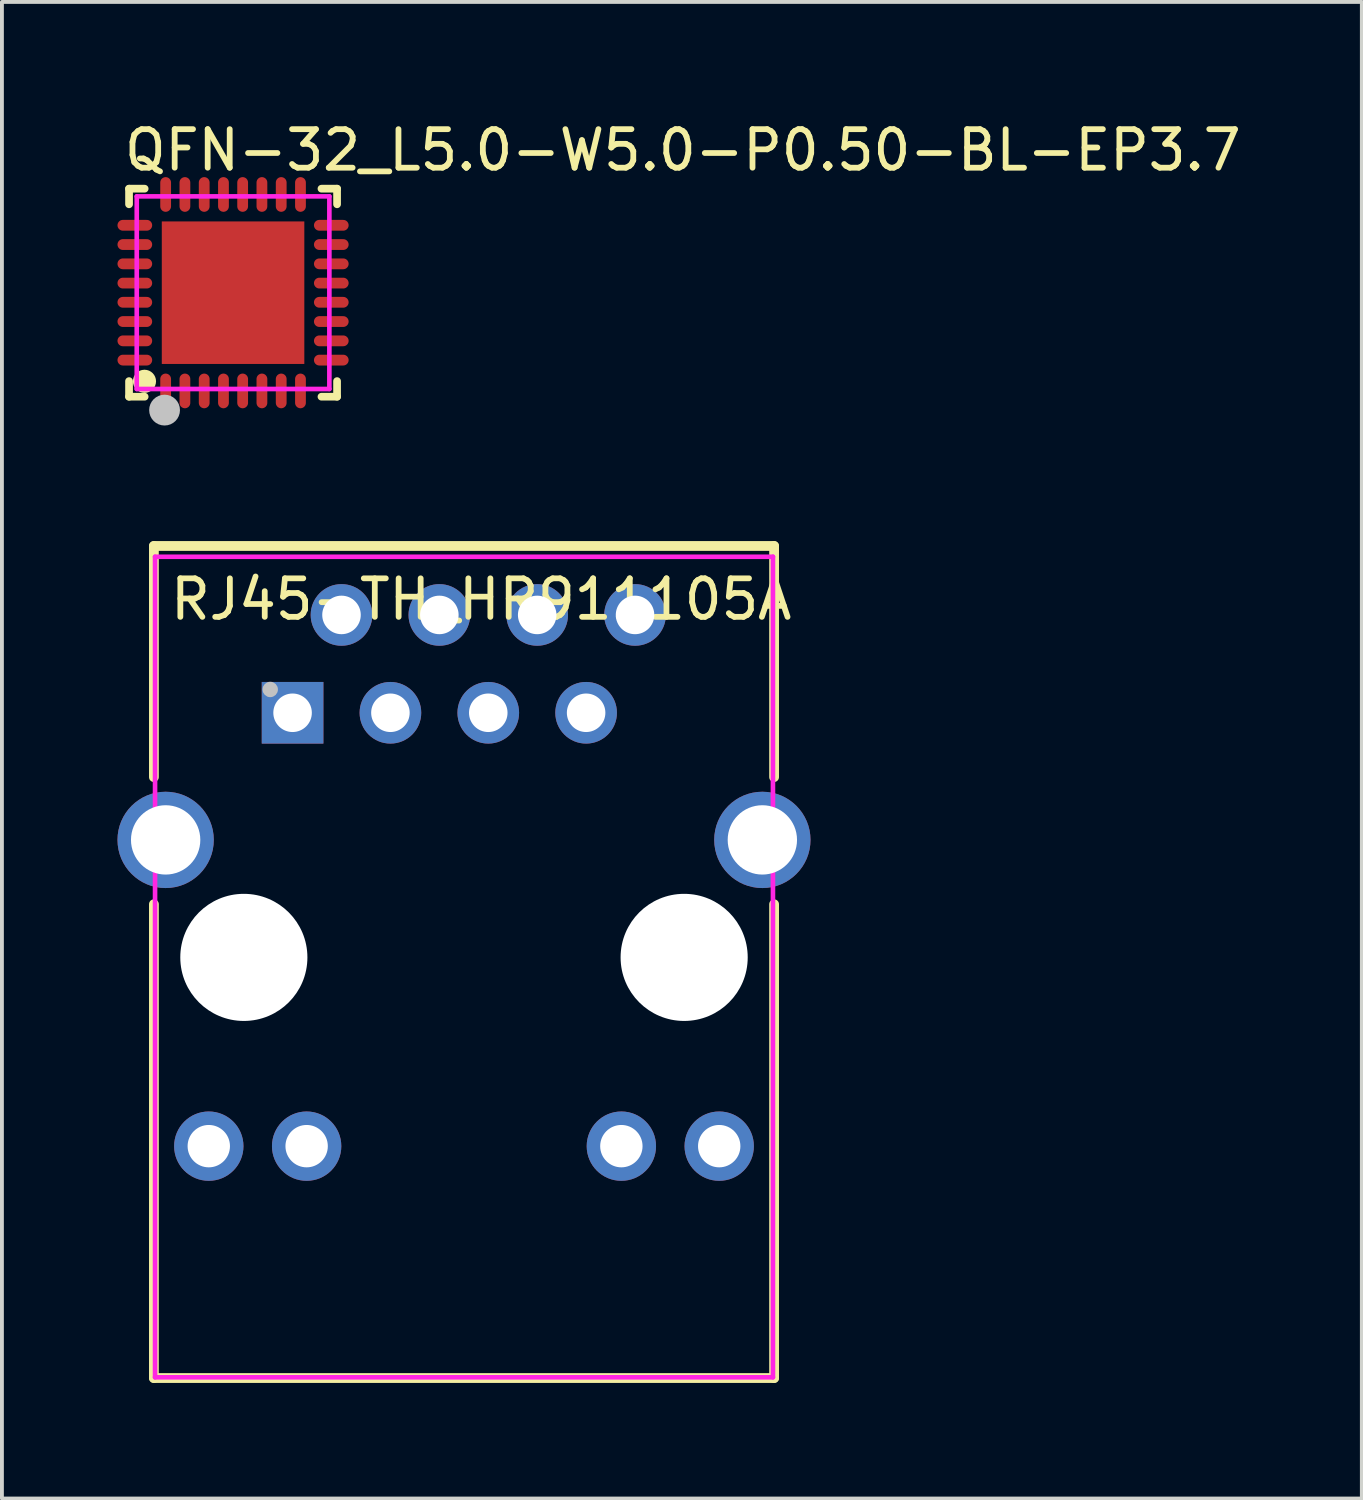
<source format=kicad_pcb>
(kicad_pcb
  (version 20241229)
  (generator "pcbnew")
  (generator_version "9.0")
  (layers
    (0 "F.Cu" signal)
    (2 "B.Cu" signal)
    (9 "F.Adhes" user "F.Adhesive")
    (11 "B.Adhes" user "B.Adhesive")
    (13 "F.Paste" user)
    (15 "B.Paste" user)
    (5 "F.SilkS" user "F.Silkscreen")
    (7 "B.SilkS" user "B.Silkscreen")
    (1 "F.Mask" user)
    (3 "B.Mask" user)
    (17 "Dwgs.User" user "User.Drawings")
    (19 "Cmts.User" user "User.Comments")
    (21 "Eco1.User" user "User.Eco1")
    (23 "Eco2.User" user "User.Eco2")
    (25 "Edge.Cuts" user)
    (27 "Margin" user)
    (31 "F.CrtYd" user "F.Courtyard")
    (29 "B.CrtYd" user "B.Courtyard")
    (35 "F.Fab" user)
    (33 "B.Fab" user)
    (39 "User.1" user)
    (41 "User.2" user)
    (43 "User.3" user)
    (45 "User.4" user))
  (footprint "QFN-32_L5.0-W5.0-P0.50-BL-EP3.7"
    (layer "F.Cu")
    (at 3 4.548)
    (property "Reference" "QFN-32_L5.0-W5.0-P0.50-BL-EP3.7" (at -2.9 -3.7 0) (layer "F.SilkS") (effects (font (size 1 1) (thickness 0.15)) (justify left)))
    (attr through_hole)
    (fp_line (start -2.7 -2.7) (end -2.295 -2.7) (stroke (width 0.2) (type solid)) (layer "F.SilkS"))
    (fp_line (start -2.7 -2.295) (end -2.7 -2.7) (stroke (width 0.2) (type solid)) (layer "F.SilkS"))
    (fp_line (start -2.7 2.7) (end -2.7 2.295) (stroke (width 0.2) (type solid)) (layer "F.SilkS"))
    (fp_line (start -2.295 2.7) (end -2.7 2.7) (stroke (width 0.2) (type solid)) (layer "F.SilkS"))
    (fp_line (start 2.295 2.7) (end 2.7 2.7) (stroke (width 0.2) (type solid)) (layer "F.SilkS"))
    (fp_line (start 2.7 -2.7) (end 2.295 -2.7) (stroke (width 0.2) (type solid)) (layer "F.SilkS"))
    (fp_line (start 2.7 -2.295) (end 2.7 -2.7) (stroke (width 0.2) (type solid)) (layer "F.SilkS"))
    (fp_line (start 2.7 2.7) (end 2.7 2.295) (stroke (width 0.2) (type solid)) (layer "F.SilkS"))
    (fp_arc (start -2.298021 2.15) (mid -2.300709 2.450011) (end -2.300561 2.149988) (stroke (width 0.3) (type solid)) (layer "F.SilkS"))
    (fp_circle (center -1.778 3.048) (end -1.578 3.048) (stroke (width 0.4) (type solid)) (fill no) (layer "Dwgs.User"))
    (fp_line (start -2.5 -2.5) (end 2.5 -2.5) (stroke (width 0.12) (type solid)) (layer "F.CrtYd"))
    (fp_line (start -2.5 2.5) (end -2.5 -2.5) (stroke (width 0.12) (type solid)) (layer "F.CrtYd"))
    (fp_line (start 2.5 -2.5) (end 2.5 2.5) (stroke (width 0.12) (type solid)) (layer "F.CrtYd"))
    (fp_line (start 2.5 2.5) (end -2.5 2.5) (stroke (width 0.12) (type solid)) (layer "F.CrtYd"))
    (pad "1" smd oval (at -1.75 2.55) (size 0.28 0.9) (layers "F.Cu" "F.Mask" "F.Paste"))
    (pad "2" smd oval (at -1.25 2.55) (size 0.28 0.9) (layers "F.Cu" "F.Mask" "F.Paste"))
    (pad "3" smd oval (at -0.749 2.55) (size 0.28 0.9) (layers "F.Cu" "F.Mask" "F.Paste"))
    (pad "4" smd oval (at -0.249 2.55) (size 0.28 0.9) (layers "F.Cu" "F.Mask" "F.Paste"))
    (pad "5" smd oval (at 0.249 2.55) (size 0.28 0.9) (layers "F.Cu" "F.Mask" "F.Paste"))
    (pad "6" smd oval (at 0.749 2.55) (size 0.28 0.9) (layers "F.Cu" "F.Mask" "F.Paste"))
    (pad "7" smd oval (at 1.25 2.55) (size 0.28 0.9) (layers "F.Cu" "F.Mask" "F.Paste"))
    (pad "8" smd oval (at 1.75 2.55) (size 0.28 0.9) (layers "F.Cu" "F.Mask" "F.Paste"))
    (pad "9" smd oval (at 2.55 1.75) (size 0.9 0.28) (layers "F.Cu" "F.Mask" "F.Paste"))
    (pad "10" smd oval (at 2.55 1.25) (size 0.9 0.28) (layers "F.Cu" "F.Mask" "F.Paste"))
    (pad "11" smd oval (at 2.55 0.749) (size 0.9 0.28) (layers "F.Cu" "F.Mask" "F.Paste"))
    (pad "12" smd oval (at 2.55 0.249) (size 0.9 0.28) (layers "F.Cu" "F.Mask" "F.Paste"))
    (pad "13" smd oval (at 2.55 -0.249) (size 0.9 0.28) (layers "F.Cu" "F.Mask" "F.Paste"))
    (pad "14" smd oval (at 2.55 -0.749) (size 0.9 0.28) (layers "F.Cu" "F.Mask" "F.Paste"))
    (pad "15" smd oval (at 2.55 -1.25) (size 0.9 0.28) (layers "F.Cu" "F.Mask" "F.Paste"))
    (pad "16" smd oval (at 2.55 -1.75) (size 0.9 0.28) (layers "F.Cu" "F.Mask" "F.Paste"))
    (pad "17" smd oval (at 1.75 -2.55) (size 0.28 0.9) (layers "F.Cu" "F.Mask" "F.Paste"))
    (pad "18" smd oval (at 1.25 -2.55) (size 0.28 0.9) (layers "F.Cu" "F.Mask" "F.Paste"))
    (pad "19" smd oval (at 0.749 -2.55) (size 0.28 0.9) (layers "F.Cu" "F.Mask" "F.Paste"))
    (pad "20" smd oval (at 0.249 -2.55) (size 0.28 0.9) (layers "F.Cu" "F.Mask" "F.Paste"))
    (pad "21" smd oval (at -0.249 -2.55) (size 0.28 0.9) (layers "F.Cu" "F.Mask" "F.Paste"))
    (pad "22" smd oval (at -0.749 -2.55) (size 0.28 0.9) (layers "F.Cu" "F.Mask" "F.Paste"))
    (pad "23" smd oval (at -1.25 -2.55) (size 0.28 0.9) (layers "F.Cu" "F.Mask" "F.Paste"))
    (pad "24" smd oval (at -1.75 -2.55) (size 0.28 0.9) (layers "F.Cu" "F.Mask" "F.Paste"))
    (pad "25" smd oval (at -2.55 -1.75) (size 0.9 0.28) (layers "F.Cu" "F.Mask" "F.Paste"))
    (pad "26" smd oval (at -2.55 -1.25) (size 0.9 0.28) (layers "F.Cu" "F.Mask" "F.Paste"))
    (pad "27" smd oval (at -2.55 -0.749) (size 0.9 0.28) (layers "F.Cu" "F.Mask" "F.Paste"))
    (pad "28" smd oval (at -2.55 -0.249) (size 0.9 0.28) (layers "F.Cu" "F.Mask" "F.Paste"))
    (pad "29" smd oval (at -2.55 0.249) (size 0.9 0.28) (layers "F.Cu" "F.Mask" "F.Paste"))
    (pad "30" smd oval (at -2.55 0.749) (size 0.9 0.28) (layers "F.Cu" "F.Mask" "F.Paste"))
    (pad "31" smd oval (at -2.55 1.25) (size 0.9 0.28) (layers "F.Cu" "F.Mask" "F.Paste"))
    (pad "32" smd oval (at -2.55 1.75) (size 0.9 0.28) (layers "F.Cu" "F.Mask" "F.Paste"))
    (pad "33" smd rect (at 0 0) (size 3.7 3.7) (layers "F.Cu" "F.Mask" "F.Paste")))
  (footprint "RJ45-TH_HR911105A"
    (layer "F.Cu")
    (at 8.995 19.808)
    (property "Reference" "RJ45-TH_HR911105A" (at -7.7 -7.3 0) (layer "F.SilkS") (effects (font (size 1 1) (thickness 0.15)) (justify left)))
    (attr through_hole)
    (fp_line (start -8.05 -8.685) (end -8.05 -2.685) (stroke (width 0.254) (type solid)) (layer "F.SilkS"))
    (fp_line (start -8.05 -8.685) (end 8.05 -8.685) (stroke (width 0.254) (type solid)) (layer "F.SilkS"))
    (fp_line (start -8.05 0.615) (end -8.05 12.915) (stroke (width 0.254) (type solid)) (layer "F.SilkS"))
    (fp_line (start -8.05 12.915) (end 8.05 12.915) (stroke (width 0.254) (type solid)) (layer "F.SilkS"))
    (fp_line (start 8.05 -8.685) (end 8.05 -2.685) (stroke (width 0.254) (type solid)) (layer "F.SilkS"))
    (fp_line (start 8.05 0.615) (end 8.05 12.915) (stroke (width 0.254) (type solid)) (layer "F.SilkS"))
    (fp_circle (center -5.715 1.995) (end -5.015 1.995) (stroke (width 1.4) (type solid)) (fill no) (layer "Dwgs.User"))
    (fp_circle (center -5.03 -4.96) (end -4.93 -4.96) (stroke (width 0.2) (type solid)) (fill no) (layer "Dwgs.User"))
    (fp_circle (center 5.715 1.995) (end 6.415 1.995) (stroke (width 1.4) (type solid)) (fill no) (layer "Dwgs.User"))
    (fp_circle (center -8.02 -8.405) (end -7.99 -8.405) (stroke (width 0.06) (type solid)) (fill no) (layer "Eco2.User"))
    (fp_poly (pts (xy -8.02 -0.455) (xy -8.02 -1.655) (xy -7.72 -1.655) (xy -7.72 -0.455)) (stroke (width 0.12) (type solid)) (fill no) (layer "Eco2.User"))
    (fp_poly (pts (xy -6.925 6.745) (xy -6.325 6.745) (xy -6.325 7.045) (xy -6.925 7.045)) (stroke (width 0.12) (type solid)) (fill no) (layer "Eco2.User"))
    (fp_poly (pts (xy -4.75 -4.505) (xy -4.15 -4.505) (xy -4.15 -4.205) (xy -4.75 -4.205)) (stroke (width 0.12) (type solid)) (fill no) (layer "Eco2.User"))
    (fp_poly (pts (xy -4.385 6.745) (xy -3.785 6.745) (xy -3.785 7.045) (xy -4.385 7.045)) (stroke (width 0.12) (type solid)) (fill no) (layer "Eco2.User"))
    (fp_poly (pts (xy -3.48 -7.045) (xy -2.88 -7.045) (xy -2.88 -6.745) (xy -3.48 -6.745)) (stroke (width 0.12) (type solid)) (fill no) (layer "Eco2.User"))
    (fp_poly (pts (xy -2.21 -4.505) (xy -1.61 -4.505) (xy -1.61 -4.205) (xy -2.21 -4.205)) (stroke (width 0.12) (type solid)) (fill no) (layer "Eco2.User"))
    (fp_poly (pts (xy -0.94 -7.045) (xy -0.34 -7.045) (xy -0.34 -6.745) (xy -0.94 -6.745)) (stroke (width 0.12) (type solid)) (fill no) (layer "Eco2.User"))
    (fp_poly (pts (xy 0.33 -4.505) (xy 0.93 -4.505) (xy 0.93 -4.205) (xy 0.33 -4.205)) (stroke (width 0.12) (type solid)) (fill no) (layer "Eco2.User"))
    (fp_poly (pts (xy 1.6 -7.045) (xy 2.2 -7.045) (xy 2.2 -6.745) (xy 1.6 -6.745)) (stroke (width 0.12) (type solid)) (fill no) (layer "Eco2.User"))
    (fp_poly (pts (xy 2.87 -4.505) (xy 3.47 -4.505) (xy 3.47 -4.205) (xy 2.87 -4.205)) (stroke (width 0.12) (type solid)) (fill no) (layer "Eco2.User"))
    (fp_poly (pts (xy 3.785 6.745) (xy 4.385 6.745) (xy 4.385 7.045) (xy 3.785 7.045)) (stroke (width 0.12) (type solid)) (fill no) (layer "Eco2.User"))
    (fp_poly (pts (xy 4.14 -7.045) (xy 4.74 -7.045) (xy 4.74 -6.745) (xy 4.14 -6.745)) (stroke (width 0.12) (type solid)) (fill no) (layer "Eco2.User"))
    (fp_poly (pts (xy 6.325 6.745) (xy 6.925 6.745) (xy 6.925 7.045) (xy 6.325 7.045)) (stroke (width 0.12) (type solid)) (fill no) (layer "Eco2.User"))
    (fp_poly (pts (xy 7.72 -0.455) (xy 7.72 -1.655) (xy 8.02 -1.655) (xy 8.02 -0.455)) (stroke (width 0.12) (type solid)) (fill no) (layer "Eco2.User"))
    (fp_line (start -8.02 -8.405) (end 8.02 -8.405) (stroke (width 0.12) (type solid)) (layer "F.CrtYd"))
    (fp_line (start -8.02 12.895) (end -8.02 -8.405) (stroke (width 0.12) (type solid)) (layer "F.CrtYd"))
    (fp_line (start 8.02 -8.405) (end 8.02 12.895) (stroke (width 0.12) (type solid)) (layer "F.CrtYd"))
    (fp_line (start 8.02 12.895) (end -8.02 12.895) (stroke (width 0.12) (type solid)) (layer "F.CrtYd"))
    (pad "" np_thru_hole circle (at -5.715 1.995) (size 3.3 3.3) (drill 3.3) (layers "*.Cu" "*.Mask"))
    (pad "" np_thru_hole circle (at 5.715 1.995) (size 3.3 3.3) (drill 3.3) (layers "*.Cu" "*.Mask"))
    (pad "1" thru_hole rect (at -4.45 -4.355) (size 1.6 1.6) (drill 1) (layers "*.Cu" "*.Mask"))
    (pad "2" thru_hole circle (at -3.18 -6.895) (size 1.6 1.6) (drill 1) (layers "*.Cu" "*.Mask"))
    (pad "3" thru_hole circle (at -1.91 -4.355) (size 1.6 1.6) (drill 1) (layers "*.Cu" "*.Mask"))
    (pad "4" thru_hole circle (at -0.64 -6.895) (size 1.6 1.6) (drill 1) (layers "*.Cu" "*.Mask"))
    (pad "5" thru_hole circle (at 0.63 -4.355) (size 1.6 1.6) (drill 1) (layers "*.Cu" "*.Mask"))
    (pad "6" thru_hole circle (at 1.9 -6.895) (size 1.6 1.6) (drill 1) (layers "*.Cu" "*.Mask"))
    (pad "7" thru_hole circle (at 3.17 -4.355) (size 1.6 1.6) (drill 1) (layers "*.Cu" "*.Mask"))
    (pad "8" thru_hole circle (at 4.44 -6.895) (size 1.6 1.6) (drill 1) (layers "*.Cu" "*.Mask"))
    (pad "9" thru_hole circle (at -6.625 6.895) (size 1.8 1.8) (drill 1.1) (layers "*.Cu" "*.Mask"))
    (pad "10" thru_hole circle (at -4.085 6.895) (size 1.8 1.8) (drill 1.1) (layers "*.Cu" "*.Mask"))
    (pad "11" thru_hole circle (at 4.085 6.895) (size 1.8 1.8) (drill 1.1) (layers "*.Cu" "*.Mask"))
    (pad "12" thru_hole circle (at 6.625 6.895) (size 1.8 1.8) (drill 1.1) (layers "*.Cu" "*.Mask"))
    (pad "SH1" thru_hole circle (at -7.745 -1.055) (size 2.5 2.5) (drill 1.8) (layers "*.Cu" "*.Mask"))
    (pad "SH2" thru_hole circle (at 7.745 -1.055) (size 2.5 2.5) (drill 1.8) (layers "*.Cu" "*.Mask")))
  (gr_rect
    (start -3 -3)
    (end 32.302 35.85)
    (stroke (width 0.1) (type default))
    (fill no)
    (layer "Edge.Cuts")))
</source>
